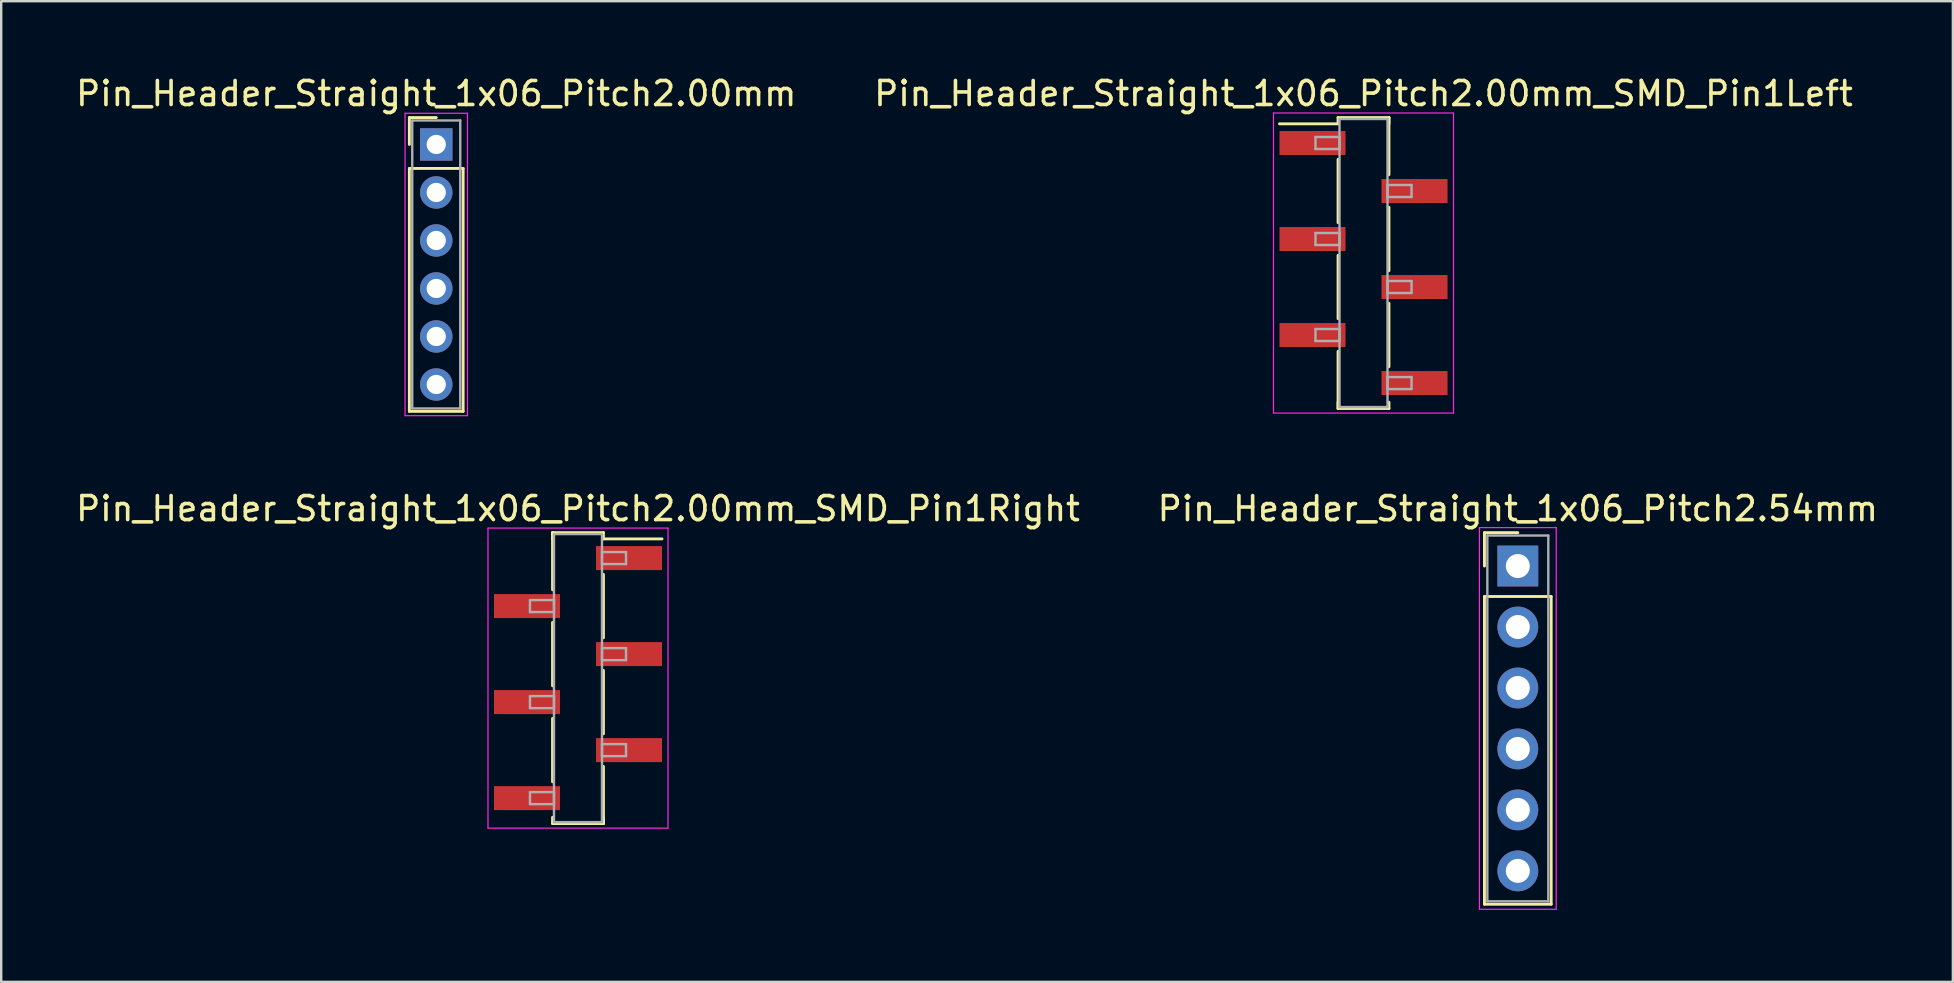
<source format=kicad_pcb>
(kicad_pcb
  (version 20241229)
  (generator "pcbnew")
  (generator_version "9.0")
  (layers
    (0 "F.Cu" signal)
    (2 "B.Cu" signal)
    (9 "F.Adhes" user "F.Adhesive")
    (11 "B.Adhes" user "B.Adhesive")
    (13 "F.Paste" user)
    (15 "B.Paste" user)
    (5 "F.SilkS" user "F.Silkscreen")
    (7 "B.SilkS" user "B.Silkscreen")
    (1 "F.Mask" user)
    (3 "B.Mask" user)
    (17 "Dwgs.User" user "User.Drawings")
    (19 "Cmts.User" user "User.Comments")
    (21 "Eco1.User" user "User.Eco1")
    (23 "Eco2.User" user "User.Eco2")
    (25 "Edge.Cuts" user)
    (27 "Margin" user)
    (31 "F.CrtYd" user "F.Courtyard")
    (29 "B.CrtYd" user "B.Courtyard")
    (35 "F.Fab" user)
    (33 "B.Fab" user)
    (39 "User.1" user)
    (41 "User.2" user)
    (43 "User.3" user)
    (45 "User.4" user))
  (footprint "Pin_Header_Straight_1x06_Pitch2.00mm"
    (layer "F.Cu")
    (at 15.125 2.968)
    (property "Reference" "Pin_Header_Straight_1x06_Pitch2.00mm" (at 0 -2.12 0) (layer "F.SilkS") (effects (font (size 1 1) (thickness 0.15))))
    (attr through_hole)
    (fp_line (start -1.12 -1.12) (end 0 -1.12) (stroke (width 0.12) (type solid)) (layer "F.SilkS"))
    (fp_line (start -1.12 0) (end -1.12 -1.12) (stroke (width 0.12) (type solid)) (layer "F.SilkS"))
    (fp_line (start -1.12 1) (end -1.12 11.12) (stroke (width 0.12) (type solid)) (layer "F.SilkS"))
    (fp_line (start -1.12 11.12) (end 1.12 11.12) (stroke (width 0.12) (type solid)) (layer "F.SilkS"))
    (fp_line (start 1.12 1) (end -1.12 1) (stroke (width 0.12) (type solid)) (layer "F.SilkS"))
    (fp_line (start 1.12 11.12) (end 1.12 1) (stroke (width 0.12) (type solid)) (layer "F.SilkS"))
    (fp_line (start -1.3 -1.3) (end -1.3 11.3) (stroke (width 0.05) (type solid)) (layer "F.CrtYd"))
    (fp_line (start -1.3 11.3) (end 1.3 11.3) (stroke (width 0.05) (type solid)) (layer "F.CrtYd"))
    (fp_line (start 1.3 -1.3) (end -1.3 -1.3) (stroke (width 0.05) (type solid)) (layer "F.CrtYd"))
    (fp_line (start 1.3 11.3) (end 1.3 -1.3) (stroke (width 0.05) (type solid)) (layer "F.CrtYd"))
    (fp_line (start -1 -1) (end -1 11) (stroke (width 0.1) (type solid)) (layer "F.Fab"))
    (fp_line (start -1 11) (end 1 11) (stroke (width 0.1) (type solid)) (layer "F.Fab"))
    (fp_line (start 1 -1) (end -1 -1) (stroke (width 0.1) (type solid)) (layer "F.Fab"))
    (fp_line (start 1 11) (end 1 -1) (stroke (width 0.1) (type solid)) (layer "F.Fab"))
    (pad "1" thru_hole rect (at 0 0) (size 1.35 1.35) (drill 0.8) (layers "*.Cu" "*.Mask"))
    (pad "2" thru_hole oval (at 0 2) (size 1.35 1.35) (drill 0.8) (layers "*.Cu" "*.Mask"))
    (pad "3" thru_hole oval (at 0 4) (size 1.35 1.35) (drill 0.8) (layers "*.Cu" "*.Mask"))
    (pad "4" thru_hole oval (at 0 6) (size 1.35 1.35) (drill 0.8) (layers "*.Cu" "*.Mask"))
    (pad "5" thru_hole oval (at 0 8) (size 1.35 1.35) (drill 0.8) (layers "*.Cu" "*.Mask"))
    (pad "6" thru_hole oval (at 0 10) (size 1.35 1.35) (drill 0.8) (layers "*.Cu" "*.Mask")))
  (footprint "Pin_Header_Straight_1x06_Pitch2.00mm_SMD_Pin1Left"
    (layer "F.Cu")
    (at 53.756 7.908)
    (property "Reference" "Pin_Header_Straight_1x06_Pitch2.00mm_SMD_Pin1Left" (at 0 -7.06 0) (layer "F.SilkS") (effects (font (size 1 1) (thickness 0.15))))
    (attr smd)
    (fp_line (start -1.06 -6.06) (end 1.06 -6.06) (stroke (width 0.12) (type solid)) (layer "F.SilkS"))
    (fp_line (start -1.06 -5.8) (end -3.5 -5.8) (stroke (width 0.12) (type solid)) (layer "F.SilkS"))
    (fp_line (start -1.06 -5.8) (end -1.06 -6.06) (stroke (width 0.12) (type solid)) (layer "F.SilkS"))
    (fp_line (start -1.06 -4.32) (end -1.06 -1.68) (stroke (width 0.12) (type solid)) (layer "F.SilkS"))
    (fp_line (start -1.06 -0.32) (end -1.06 2.32) (stroke (width 0.12) (type solid)) (layer "F.SilkS"))
    (fp_line (start -1.06 3.68) (end -1.06 6.06) (stroke (width 0.12) (type solid)) (layer "F.SilkS"))
    (fp_line (start -1.06 5.8) (end -1.06 6.06) (stroke (width 0.12) (type solid)) (layer "F.SilkS"))
    (fp_line (start -1.06 6.06) (end 1.06 6.06) (stroke (width 0.12) (type solid)) (layer "F.SilkS"))
    (fp_line (start 1.06 -6.06) (end 1.06 -5.8) (stroke (width 0.12) (type solid)) (layer "F.SilkS"))
    (fp_line (start 1.06 -6.06) (end 1.06 -3.68) (stroke (width 0.12) (type solid)) (layer "F.SilkS"))
    (fp_line (start 1.06 -2.32) (end 1.06 0.32) (stroke (width 0.12) (type solid)) (layer "F.SilkS"))
    (fp_line (start 1.06 1.68) (end 1.06 4.32) (stroke (width 0.12) (type solid)) (layer "F.SilkS"))
    (fp_line (start 1.06 6.06) (end 1.06 5.8) (stroke (width 0.12) (type solid)) (layer "F.SilkS"))
    (fp_line (start -3.75 -6.25) (end -3.75 6.25) (stroke (width 0.05) (type solid)) (layer "F.CrtYd"))
    (fp_line (start -3.75 6.25) (end 3.75 6.25) (stroke (width 0.05) (type solid)) (layer "F.CrtYd"))
    (fp_line (start 3.75 -6.25) (end -3.75 -6.25) (stroke (width 0.05) (type solid)) (layer "F.CrtYd"))
    (fp_line (start 3.75 6.25) (end 3.75 -6.25) (stroke (width 0.05) (type solid)) (layer "F.CrtYd"))
    (fp_line (start -2 -5.25) (end -1 -5.25) (stroke (width 0.1) (type solid)) (layer "F.Fab"))
    (fp_line (start -2 -4.75) (end -2 -5.25) (stroke (width 0.1) (type solid)) (layer "F.Fab"))
    (fp_line (start -2 -1.25) (end -1 -1.25) (stroke (width 0.1) (type solid)) (layer "F.Fab"))
    (fp_line (start -2 -0.75) (end -2 -1.25) (stroke (width 0.1) (type solid)) (layer "F.Fab"))
    (fp_line (start -2 2.75) (end -1 2.75) (stroke (width 0.1) (type solid)) (layer "F.Fab"))
    (fp_line (start -2 3.25) (end -2 2.75) (stroke (width 0.1) (type solid)) (layer "F.Fab"))
    (fp_line (start -1 -6) (end -1 6) (stroke (width 0.1) (type solid)) (layer "F.Fab"))
    (fp_line (start -1 -5.25) (end -1 -4.75) (stroke (width 0.1) (type solid)) (layer "F.Fab"))
    (fp_line (start -1 -4.75) (end -2 -4.75) (stroke (width 0.1) (type solid)) (layer "F.Fab"))
    (fp_line (start -1 -1.25) (end -1 -0.75) (stroke (width 0.1) (type solid)) (layer "F.Fab"))
    (fp_line (start -1 -0.75) (end -2 -0.75) (stroke (width 0.1) (type solid)) (layer "F.Fab"))
    (fp_line (start -1 2.75) (end -1 3.25) (stroke (width 0.1) (type solid)) (layer "F.Fab"))
    (fp_line (start -1 3.25) (end -2 3.25) (stroke (width 0.1) (type solid)) (layer "F.Fab"))
    (fp_line (start -1 6) (end 1 6) (stroke (width 0.1) (type solid)) (layer "F.Fab"))
    (fp_line (start 1 -6) (end -1 -6) (stroke (width 0.1) (type solid)) (layer "F.Fab"))
    (fp_line (start 1 -3.25) (end 1 -2.75) (stroke (width 0.1) (type solid)) (layer "F.Fab"))
    (fp_line (start 1 -2.75) (end 2 -2.75) (stroke (width 0.1) (type solid)) (layer "F.Fab"))
    (fp_line (start 1 0.75) (end 1 1.25) (stroke (width 0.1) (type solid)) (layer "F.Fab"))
    (fp_line (start 1 1.25) (end 2 1.25) (stroke (width 0.1) (type solid)) (layer "F.Fab"))
    (fp_line (start 1 4.75) (end 1 5.25) (stroke (width 0.1) (type solid)) (layer "F.Fab"))
    (fp_line (start 1 5.25) (end 2 5.25) (stroke (width 0.1) (type solid)) (layer "F.Fab"))
    (fp_line (start 1 6) (end 1 -6) (stroke (width 0.1) (type solid)) (layer "F.Fab"))
    (fp_line (start 2 -3.25) (end 1 -3.25) (stroke (width 0.1) (type solid)) (layer "F.Fab"))
    (fp_line (start 2 -2.75) (end 2 -3.25) (stroke (width 0.1) (type solid)) (layer "F.Fab"))
    (fp_line (start 2 0.75) (end 1 0.75) (stroke (width 0.1) (type solid)) (layer "F.Fab"))
    (fp_line (start 2 1.25) (end 2 0.75) (stroke (width 0.1) (type solid)) (layer "F.Fab"))
    (fp_line (start 2 4.75) (end 1 4.75) (stroke (width 0.1) (type solid)) (layer "F.Fab"))
    (fp_line (start 2 5.25) (end 2 4.75) (stroke (width 0.1) (type solid)) (layer "F.Fab"))
    (pad "1" smd rect (at -2.125 -5) (size 2.75 1) (layers "F.Cu" "F.Mask"))
    (pad "2" smd rect (at 2.125 -3) (size 2.75 1) (layers "F.Cu" "F.Mask"))
    (pad "3" smd rect (at -2.125 -1) (size 2.75 1) (layers "F.Cu" "F.Mask"))
    (pad "4" smd rect (at 2.125 1) (size 2.75 1) (layers "F.Cu" "F.Mask"))
    (pad "5" smd rect (at -2.125 3) (size 2.75 1) (layers "F.Cu" "F.Mask"))
    (pad "6" smd rect (at 2.125 5) (size 2.75 1) (layers "F.Cu" "F.Mask")))
  (footprint "Pin_Header_Straight_1x06_Pitch2.54mm"
    (layer "F.Cu")
    (at 60.185 20.532)
    (property "Reference" "Pin_Header_Straight_1x06_Pitch2.54mm" (at 0 -2.39 0) (layer "F.SilkS") (effects (font (size 1 1) (thickness 0.15))))
    (attr through_hole)
    (fp_line (start -1.39 -1.39) (end 0 -1.39) (stroke (width 0.12) (type solid)) (layer "F.SilkS"))
    (fp_line (start -1.39 0) (end -1.39 -1.39) (stroke (width 0.12) (type solid)) (layer "F.SilkS"))
    (fp_line (start -1.39 1.27) (end -1.39 14.09) (stroke (width 0.12) (type solid)) (layer "F.SilkS"))
    (fp_line (start -1.39 14.09) (end 1.39 14.09) (stroke (width 0.12) (type solid)) (layer "F.SilkS"))
    (fp_line (start 1.39 1.27) (end -1.39 1.27) (stroke (width 0.12) (type solid)) (layer "F.SilkS"))
    (fp_line (start 1.39 14.09) (end 1.39 1.27) (stroke (width 0.12) (type solid)) (layer "F.SilkS"))
    (fp_line (start -1.6 -1.6) (end -1.6 14.3) (stroke (width 0.05) (type solid)) (layer "F.CrtYd"))
    (fp_line (start -1.6 14.3) (end 1.6 14.3) (stroke (width 0.05) (type solid)) (layer "F.CrtYd"))
    (fp_line (start 1.6 -1.6) (end -1.6 -1.6) (stroke (width 0.05) (type solid)) (layer "F.CrtYd"))
    (fp_line (start 1.6 14.3) (end 1.6 -1.6) (stroke (width 0.05) (type solid)) (layer "F.CrtYd"))
    (fp_line (start -1.27 -1.27) (end -1.27 13.97) (stroke (width 0.1) (type solid)) (layer "F.Fab"))
    (fp_line (start -1.27 13.97) (end 1.27 13.97) (stroke (width 0.1) (type solid)) (layer "F.Fab"))
    (fp_line (start 1.27 -1.27) (end -1.27 -1.27) (stroke (width 0.1) (type solid)) (layer "F.Fab"))
    (fp_line (start 1.27 13.97) (end 1.27 -1.27) (stroke (width 0.1) (type solid)) (layer "F.Fab"))
    (pad "1" thru_hole rect (at 0 0) (size 1.7 1.7) (drill 1) (layers "*.Cu" "*.Mask"))
    (pad "2" thru_hole oval (at 0 2.54) (size 1.7 1.7) (drill 1) (layers "*.Cu" "*.Mask"))
    (pad "3" thru_hole oval (at 0 5.08) (size 1.7 1.7) (drill 1) (layers "*.Cu" "*.Mask"))
    (pad "4" thru_hole oval (at 0 7.62) (size 1.7 1.7) (drill 1) (layers "*.Cu" "*.Mask"))
    (pad "5" thru_hole oval (at 0 10.16) (size 1.7 1.7) (drill 1) (layers "*.Cu" "*.Mask"))
    (pad "6" thru_hole oval (at 0 12.7) (size 1.7 1.7) (drill 1) (layers "*.Cu" "*.Mask")))
  (footprint "Pin_Header_Straight_1x06_Pitch2.00mm_SMD_Pin1Right"
    (layer "F.Cu")
    (at 21.03 25.201)
    (property "Reference" "Pin_Header_Straight_1x06_Pitch2.00mm_SMD_Pin1Right" (at 0 -7.06 0) (layer "F.SilkS") (effects (font (size 1 1) (thickness 0.15))))
    (attr smd)
    (fp_line (start -1.06 -6.06) (end -1.06 -3.68) (stroke (width 0.12) (type solid)) (layer "F.SilkS"))
    (fp_line (start -1.06 -6.06) (end 1.06 -6.06) (stroke (width 0.12) (type solid)) (layer "F.SilkS"))
    (fp_line (start -1.06 -5.8) (end -1.06 -6.06) (stroke (width 0.12) (type solid)) (layer "F.SilkS"))
    (fp_line (start -1.06 -2.32) (end -1.06 0.32) (stroke (width 0.12) (type solid)) (layer "F.SilkS"))
    (fp_line (start -1.06 1.68) (end -1.06 4.32) (stroke (width 0.12) (type solid)) (layer "F.SilkS"))
    (fp_line (start -1.06 5.8) (end -1.06 6.06) (stroke (width 0.12) (type solid)) (layer "F.SilkS"))
    (fp_line (start -1.06 6.06) (end 1.06 6.06) (stroke (width 0.12) (type solid)) (layer "F.SilkS"))
    (fp_line (start 1.06 -6.06) (end 1.06 -5.8) (stroke (width 0.12) (type solid)) (layer "F.SilkS"))
    (fp_line (start 1.06 -5.8) (end 3.5 -5.8) (stroke (width 0.12) (type solid)) (layer "F.SilkS"))
    (fp_line (start 1.06 -4.32) (end 1.06 -1.68) (stroke (width 0.12) (type solid)) (layer "F.SilkS"))
    (fp_line (start 1.06 -0.32) (end 1.06 2.32) (stroke (width 0.12) (type solid)) (layer "F.SilkS"))
    (fp_line (start 1.06 3.68) (end 1.06 6.06) (stroke (width 0.12) (type solid)) (layer "F.SilkS"))
    (fp_line (start 1.06 6.06) (end 1.06 5.8) (stroke (width 0.12) (type solid)) (layer "F.SilkS"))
    (fp_line (start -3.75 -6.25) (end -3.75 6.25) (stroke (width 0.05) (type solid)) (layer "F.CrtYd"))
    (fp_line (start -3.75 6.25) (end 3.75 6.25) (stroke (width 0.05) (type solid)) (layer "F.CrtYd"))
    (fp_line (start 3.75 -6.25) (end -3.75 -6.25) (stroke (width 0.05) (type solid)) (layer "F.CrtYd"))
    (fp_line (start 3.75 6.25) (end 3.75 -6.25) (stroke (width 0.05) (type solid)) (layer "F.CrtYd"))
    (fp_line (start -2 -3.25) (end -1 -3.25) (stroke (width 0.1) (type solid)) (layer "F.Fab"))
    (fp_line (start -2 -2.75) (end -2 -3.25) (stroke (width 0.1) (type solid)) (layer "F.Fab"))
    (fp_line (start -2 0.75) (end -1 0.75) (stroke (width 0.1) (type solid)) (layer "F.Fab"))
    (fp_line (start -2 1.25) (end -2 0.75) (stroke (width 0.1) (type solid)) (layer "F.Fab"))
    (fp_line (start -2 4.75) (end -1 4.75) (stroke (width 0.1) (type solid)) (layer "F.Fab"))
    (fp_line (start -2 5.25) (end -2 4.75) (stroke (width 0.1) (type solid)) (layer "F.Fab"))
    (fp_line (start -1 -6) (end -1 6) (stroke (width 0.1) (type solid)) (layer "F.Fab"))
    (fp_line (start -1 -3.25) (end -1 -2.75) (stroke (width 0.1) (type solid)) (layer "F.Fab"))
    (fp_line (start -1 -2.75) (end -2 -2.75) (stroke (width 0.1) (type solid)) (layer "F.Fab"))
    (fp_line (start -1 0.75) (end -1 1.25) (stroke (width 0.1) (type solid)) (layer "F.Fab"))
    (fp_line (start -1 1.25) (end -2 1.25) (stroke (width 0.1) (type solid)) (layer "F.Fab"))
    (fp_line (start -1 4.75) (end -1 5.25) (stroke (width 0.1) (type solid)) (layer "F.Fab"))
    (fp_line (start -1 5.25) (end -2 5.25) (stroke (width 0.1) (type solid)) (layer "F.Fab"))
    (fp_line (start -1 6) (end 1 6) (stroke (width 0.1) (type solid)) (layer "F.Fab"))
    (fp_line (start 1 -6) (end -1 -6) (stroke (width 0.1) (type solid)) (layer "F.Fab"))
    (fp_line (start 1 -5.25) (end 1 -4.75) (stroke (width 0.1) (type solid)) (layer "F.Fab"))
    (fp_line (start 1 -4.75) (end 2 -4.75) (stroke (width 0.1) (type solid)) (layer "F.Fab"))
    (fp_line (start 1 -1.25) (end 1 -0.75) (stroke (width 0.1) (type solid)) (layer "F.Fab"))
    (fp_line (start 1 -0.75) (end 2 -0.75) (stroke (width 0.1) (type solid)) (layer "F.Fab"))
    (fp_line (start 1 2.75) (end 1 3.25) (stroke (width 0.1) (type solid)) (layer "F.Fab"))
    (fp_line (start 1 3.25) (end 2 3.25) (stroke (width 0.1) (type solid)) (layer "F.Fab"))
    (fp_line (start 1 6) (end 1 -6) (stroke (width 0.1) (type solid)) (layer "F.Fab"))
    (fp_line (start 2 -5.25) (end 1 -5.25) (stroke (width 0.1) (type solid)) (layer "F.Fab"))
    (fp_line (start 2 -4.75) (end 2 -5.25) (stroke (width 0.1) (type solid)) (layer "F.Fab"))
    (fp_line (start 2 -1.25) (end 1 -1.25) (stroke (width 0.1) (type solid)) (layer "F.Fab"))
    (fp_line (start 2 -0.75) (end 2 -1.25) (stroke (width 0.1) (type solid)) (layer "F.Fab"))
    (fp_line (start 2 2.75) (end 1 2.75) (stroke (width 0.1) (type solid)) (layer "F.Fab"))
    (fp_line (start 2 3.25) (end 2 2.75) (stroke (width 0.1) (type solid)) (layer "F.Fab"))
    (pad "1" smd rect (at 2.125 -5) (size 2.75 1) (layers "F.Cu" "F.Mask"))
    (pad "2" smd rect (at -2.125 -3) (size 2.75 1) (layers "F.Cu" "F.Mask"))
    (pad "3" smd rect (at 2.125 -1) (size 2.75 1) (layers "F.Cu" "F.Mask"))
    (pad "4" smd rect (at -2.125 1) (size 2.75 1) (layers "F.Cu" "F.Mask"))
    (pad "5" smd rect (at 2.125 3) (size 2.75 1) (layers "F.Cu" "F.Mask"))
    (pad "6" smd rect (at -2.125 5) (size 2.75 1) (layers "F.Cu" "F.Mask")))
  (gr_rect
    (start -3 -3)
    (end 78.31 37.856)
    (stroke (width 0.1) (type default))
    (fill no)
    (layer "Edge.Cuts")))
</source>
